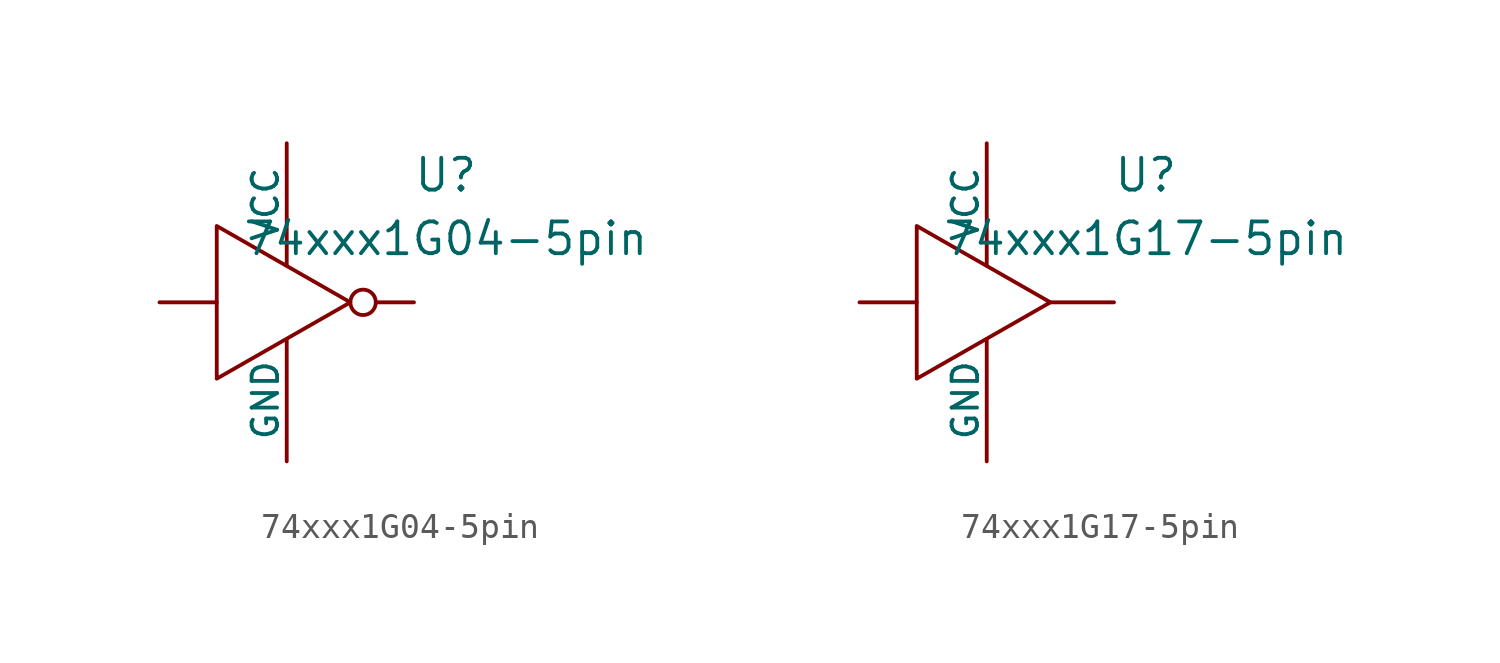
<source format=kicad_sym>
(kicad_symbol_lib
  (version 20211014)
  (generator kicad_symbol_editor)
  (symbol "74xxx1G04-5pin"
    (pin_numbers hide)
    (pin_names
      (offset 0))
    (property "Reference" "U"
      (at 6.35 5.08 0)
      (effects (font (size 1.27 1.27))))
    (property "Value" "74xxx1G04-5pin"
      (at 6.35 2.54 0)
      (effects (font (size 1.27 1.27))))
    (symbol "74xxx1G04-5pin_0_1"
      (polyline (pts (xy -2.794 3.048) (xy -2.794 -3.048) (xy 2.54 0) (xy -2.794 3.048)) (stroke (width 0) (type default) (color 0 0 0 0)) (fill (type none)))
      (circle (center 3.048 0) (radius 0.508) (stroke (width 0) (type default) (color 0 0 0 0)) (fill (type none))))
    (symbol "74xxx1G04-5pin_1_1"
      (pin input line (at -5.08 0 0) (length 2.286) (name "~" (effects (font (size 1.27 1.27)))) (number "2" (effects (font (size 1.27 1.27)))))
      (pin power_in line (at 0 -6.35 90) (length 4.877) (name "GND" (effects (font (size 1.016 1.016)))) (number "3" (effects (font (size 1.016 1.016)))))
      (pin output line (at 5.08 0 180) (length 1.524) (name "~" (effects (font (size 1.27 1.27)))) (number "4" (effects (font (size 1.27 1.27)))))
      (pin power_in line (at 0 6.35 270) (length 4.877) (name "VCC" (effects (font (size 1.016 1.016)))) (number "5" (effects (font (size 1.016 1.016)))))))
  (symbol "74xxx1G17-5pin"
    (pin_numbers hide)
    (pin_names
      (offset 0))
    (property "Reference" "U"
      (at 6.35 5.08 0)
      (effects (font (size 1.27 1.27))))
    (property "Value" "74xxx1G17-5pin"
      (at 6.35 2.54 0)
      (effects (font (size 1.27 1.27))))
    (symbol "74xxx1G17-5pin_0_1"
      (polyline (pts (xy -2.794 3.048) (xy -2.794 -3.048) (xy 2.54 0) (xy -2.794 3.048)) (stroke (width 0) (type default) (color 0 0 0 0)) (fill (type none))))
    (symbol "74xxx1G17-5pin_1_1"
      (pin input line (at -5.08 0 0) (length 2.286) (name "~" (effects (font (size 1.27 1.27)))) (number "2" (effects (font (size 1.27 1.27)))))
      (pin power_in line (at 0 -6.35 90) (length 4.877) (name "GND" (effects (font (size 1.016 1.016)))) (number "3" (effects (font (size 1.016 1.016)))))
      (pin output line (at 5.08 0 180) (length 2.54) (name "~" (effects (font (size 1.27 1.27)))) (number "4" (effects (font (size 1.27 1.27)))))
      (pin power_in line (at 0 6.35 270) (length 4.877) (name "VCC" (effects (font (size 1.016 1.016)))) (number "5" (effects (font (size 1.016 1.016))))))))
</source>
